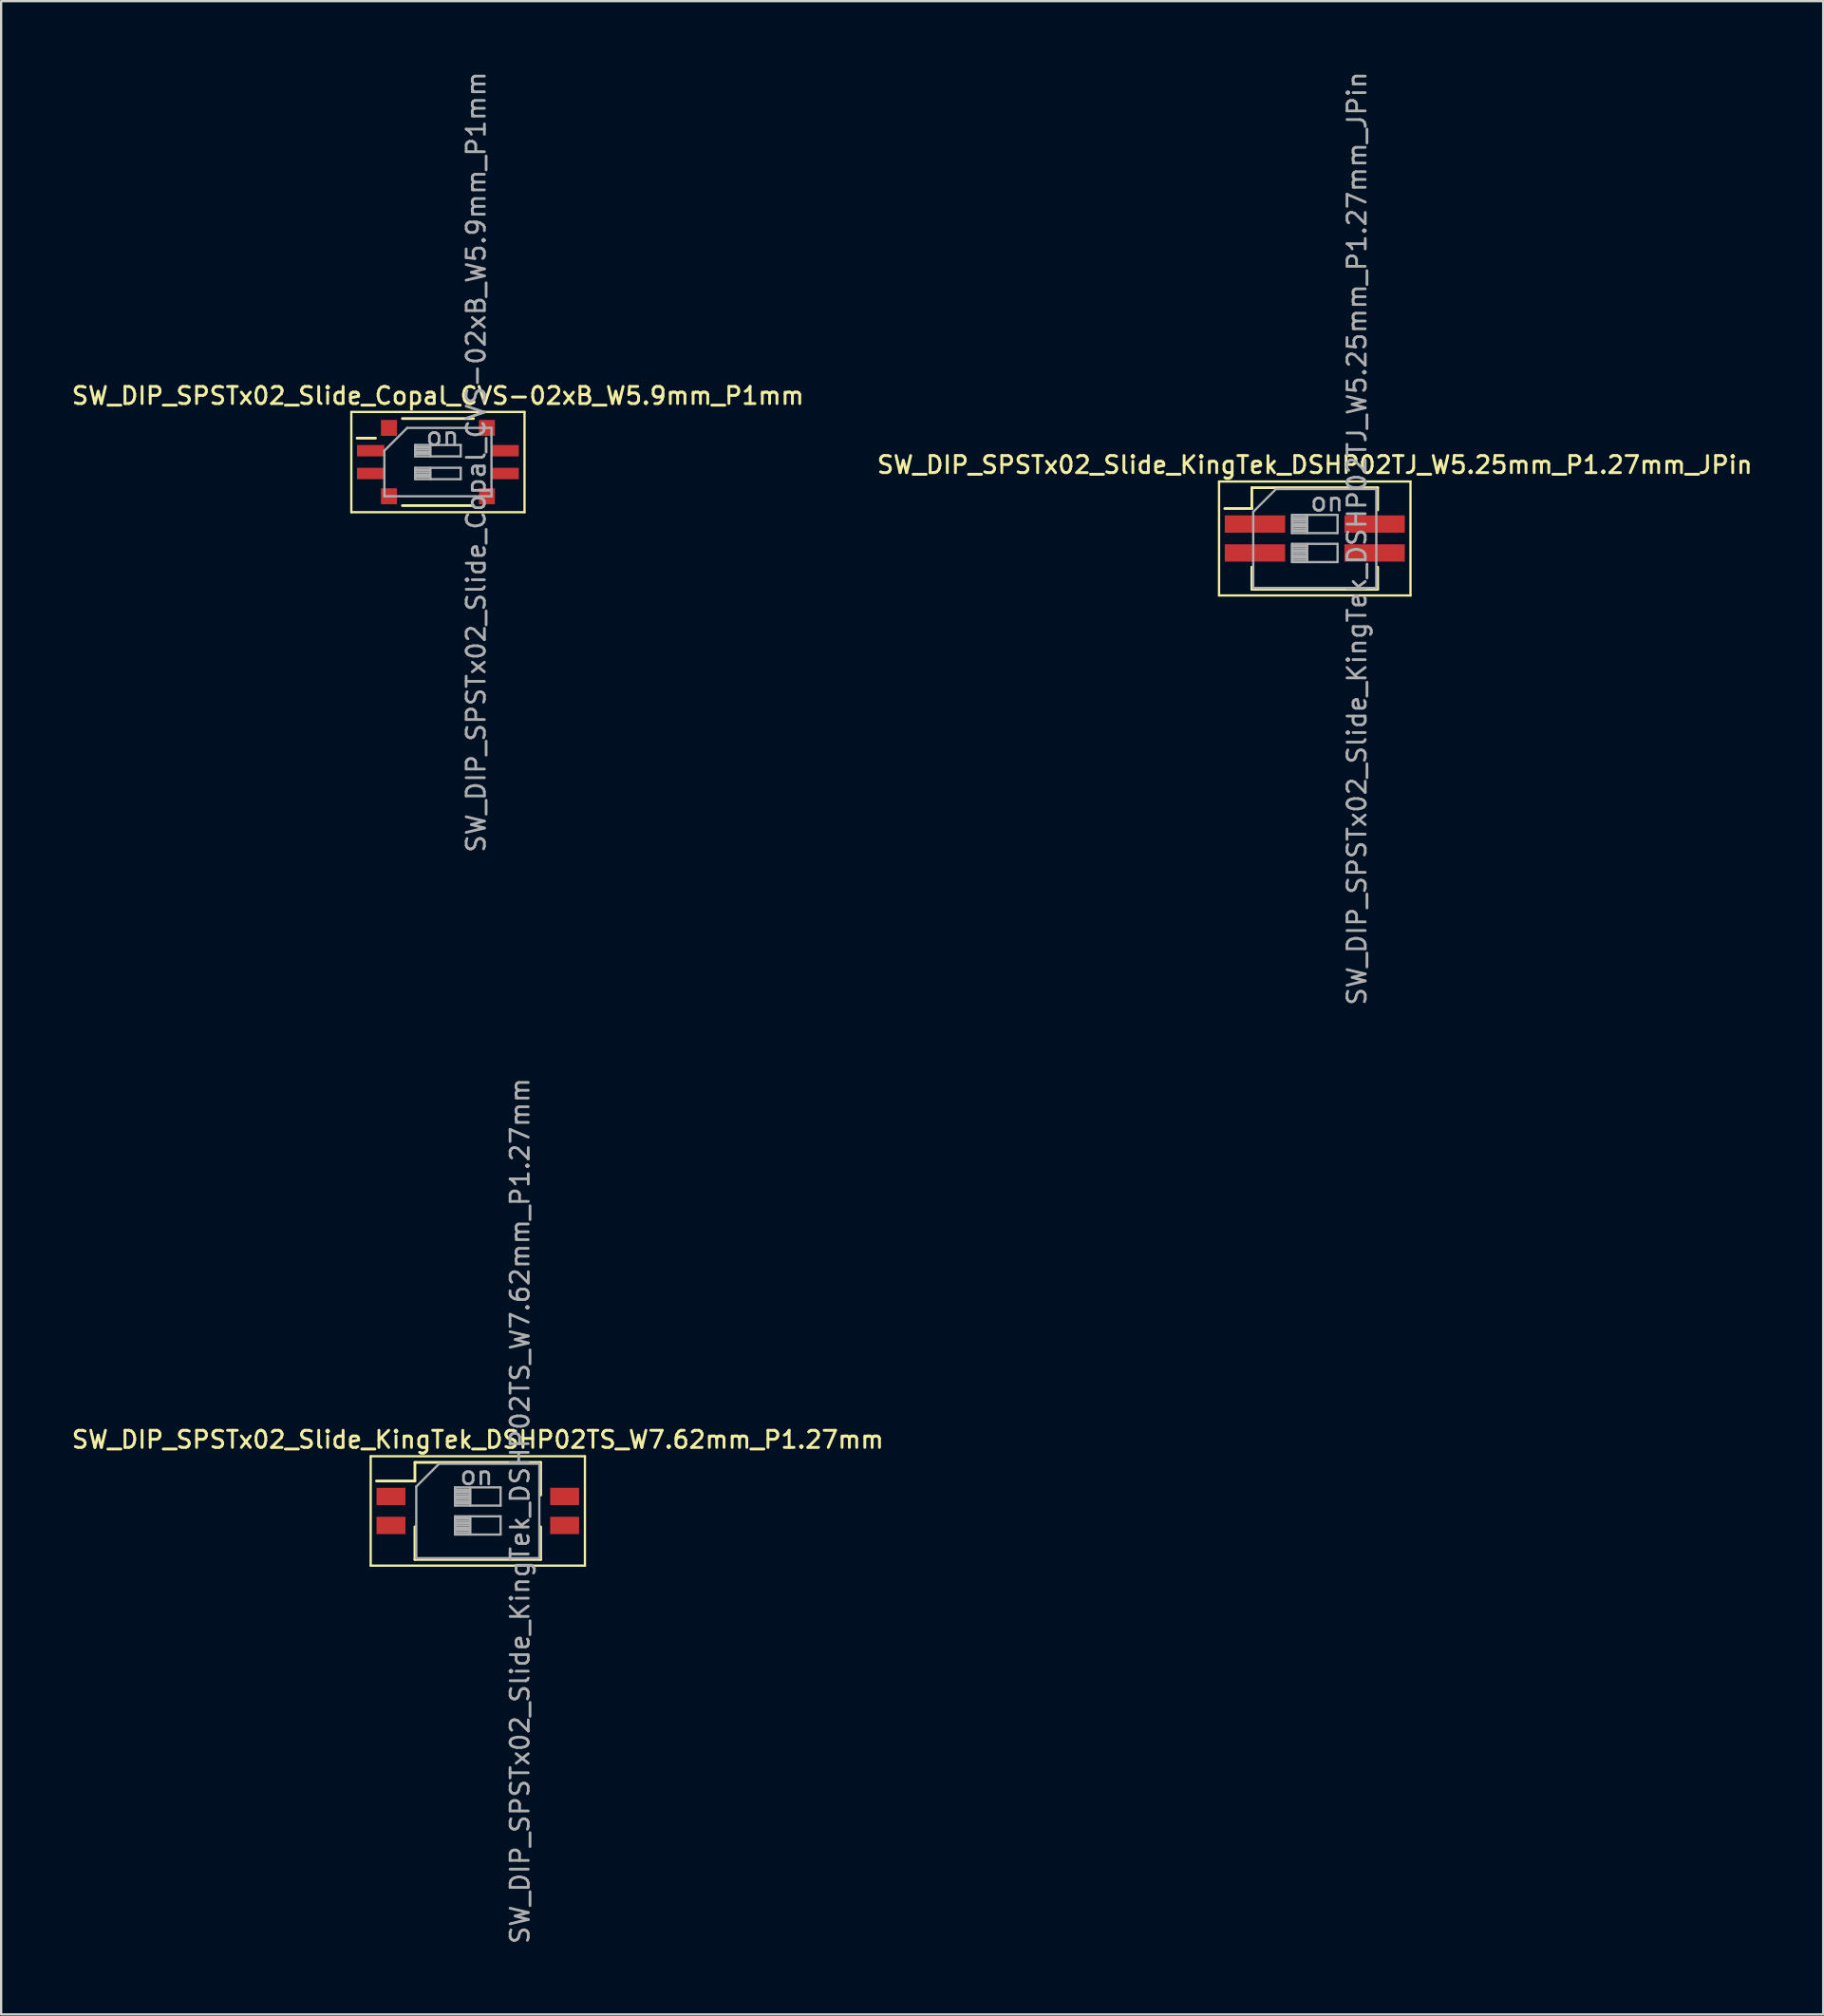
<source format=kicad_pcb>
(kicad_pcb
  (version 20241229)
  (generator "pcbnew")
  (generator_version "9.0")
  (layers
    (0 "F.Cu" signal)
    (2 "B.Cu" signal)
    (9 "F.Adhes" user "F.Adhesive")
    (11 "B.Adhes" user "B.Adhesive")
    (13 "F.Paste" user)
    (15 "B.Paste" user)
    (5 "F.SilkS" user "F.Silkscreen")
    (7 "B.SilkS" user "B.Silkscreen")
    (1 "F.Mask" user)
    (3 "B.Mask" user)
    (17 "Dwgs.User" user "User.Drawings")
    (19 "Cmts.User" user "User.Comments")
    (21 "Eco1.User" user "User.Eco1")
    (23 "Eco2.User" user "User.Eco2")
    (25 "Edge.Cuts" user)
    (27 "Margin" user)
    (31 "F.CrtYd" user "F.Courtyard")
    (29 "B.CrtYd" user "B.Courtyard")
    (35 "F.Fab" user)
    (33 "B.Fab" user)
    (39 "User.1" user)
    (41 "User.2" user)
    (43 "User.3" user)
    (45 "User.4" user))
  (footprint "SW_DIP_SPSTx02_Slide_Copal_CVS-02xB_W5.9mm_P1mm"
    (layer "F.Cu")
    (at 16.166 17.224)
    (property "Reference" "SW_DIP_SPSTx02_Slide_Copal_CVS-02xB_W5.9mm_P1mm" (at 0 -2.91 0) (layer "F.SilkS") (effects (font (size 0.75 0.75) (thickness 0.125))))
    (attr smd)
    (fp_line (start -3.8 -2.2) (end -3.8 2.2) (stroke (width 0.1) (type solid)) (layer "F.SilkS"))
    (fp_line (start -3.8 2.2) (end 3.8 2.2) (stroke (width 0.1) (type solid)) (layer "F.SilkS"))
    (fp_line (start -3.55 -1.05) (end -2.739 -1.05) (stroke (width 0.12) (type solid)) (layer "F.SilkS"))
    (fp_line (start -1.56 -1.91) (end 1.561 -1.91) (stroke (width 0.12) (type solid)) (layer "F.SilkS"))
    (fp_line (start -1.56 1.91) (end 1.561 1.91) (stroke (width 0.12) (type solid)) (layer "F.SilkS"))
    (fp_line (start 3.8 -2.2) (end -3.8 -2.2) (stroke (width 0.1) (type solid)) (layer "F.SilkS"))
    (fp_line (start 3.8 2.2) (end 3.8 -2.2) (stroke (width 0.1) (type solid)) (layer "F.SilkS"))
    (fp_line (start -2.35 -0.5) (end -1.35 -1.5) (stroke (width 0.1) (type solid)) (layer "F.Fab"))
    (fp_line (start -2.35 1.5) (end -2.35 -0.5) (stroke (width 0.1) (type solid)) (layer "F.Fab"))
    (fp_line (start -1.35 -1.5) (end 2.35 -1.5) (stroke (width 0.1) (type solid)) (layer "F.Fab"))
    (fp_line (start -1 -0.75) (end -1 -0.25) (stroke (width 0.1) (type solid)) (layer "F.Fab"))
    (fp_line (start -1 -0.65) (end -0.333 -0.65) (stroke (width 0.1) (type solid)) (layer "F.Fab"))
    (fp_line (start -1 -0.55) (end -0.333 -0.55) (stroke (width 0.1) (type solid)) (layer "F.Fab"))
    (fp_line (start -1 -0.45) (end -0.333 -0.45) (stroke (width 0.1) (type solid)) (layer "F.Fab"))
    (fp_line (start -1 -0.35) (end -0.333 -0.35) (stroke (width 0.1) (type solid)) (layer "F.Fab"))
    (fp_line (start -1 -0.25) (end 1 -0.25) (stroke (width 0.1) (type solid)) (layer "F.Fab"))
    (fp_line (start -1 0.25) (end -1 0.75) (stroke (width 0.1) (type solid)) (layer "F.Fab"))
    (fp_line (start -1 0.35) (end -0.333 0.35) (stroke (width 0.1) (type solid)) (layer "F.Fab"))
    (fp_line (start -1 0.45) (end -0.333 0.45) (stroke (width 0.1) (type solid)) (layer "F.Fab"))
    (fp_line (start -1 0.55) (end -0.333 0.55) (stroke (width 0.1) (type solid)) (layer "F.Fab"))
    (fp_line (start -1 0.65) (end -0.333 0.65) (stroke (width 0.1) (type solid)) (layer "F.Fab"))
    (fp_line (start -1 0.75) (end 1 0.75) (stroke (width 0.1) (type solid)) (layer "F.Fab"))
    (fp_line (start -0.333 -0.75) (end -0.333 -0.25) (stroke (width 0.1) (type solid)) (layer "F.Fab"))
    (fp_line (start -0.333 0.25) (end -0.333 0.75) (stroke (width 0.1) (type solid)) (layer "F.Fab"))
    (fp_line (start 1 -0.75) (end -1 -0.75) (stroke (width 0.1) (type solid)) (layer "F.Fab"))
    (fp_line (start 1 -0.25) (end 1 -0.75) (stroke (width 0.1) (type solid)) (layer "F.Fab"))
    (fp_line (start 1 0.25) (end -1 0.25) (stroke (width 0.1) (type solid)) (layer "F.Fab"))
    (fp_line (start 1 0.75) (end 1 0.25) (stroke (width 0.1) (type solid)) (layer "F.Fab"))
    (fp_line (start 2.35 -1.5) (end 2.35 1.5) (stroke (width 0.1) (type solid)) (layer "F.Fab"))
    (fp_line (start 2.35 1.5) (end -2.35 1.5) (stroke (width 0.1) (type solid)) (layer "F.Fab"))
    (fp_text user "on" (at 0.2 -1.125 0) (layer "F.Fab") (effects (font (size 0.8 0.8) (thickness 0.12))))
    (fp_text user "${REFERENCE}" (at 1.675 0 90) (layer "F.Fab") (effects (font (size 0.8 0.8) (thickness 0.12))))
    (pad "1" smd rect (at -2.95 -0.5) (size 1.2 0.5) (layers "F.Cu" "F.Mask" "F.Paste"))
    (pad "2" smd rect (at -2.95 0.5) (size 1.2 0.5) (layers "F.Cu" "F.Mask" "F.Paste"))
    (pad "3" smd rect (at 2.95 0.5) (size 1.2 0.5) (layers "F.Cu" "F.Mask" "F.Paste"))
    (pad "4" smd rect (at 2.95 -0.5) (size 1.2 0.5) (layers "F.Cu" "F.Mask" "F.Paste"))
    (pad "5" smd rect (at -2.15 -1.5) (size 0.7 0.7) (layers "F.Cu" "F.Mask" "F.Paste"))
    (pad "5" smd rect (at -2.15 1.5) (size 0.7 0.7) (layers "F.Cu" "F.Mask" "F.Paste"))
    (pad "5" smd rect (at 2.15 -1.5) (size 0.7 0.7) (layers "F.Cu" "F.Mask" "F.Paste"))
    (pad "5" smd rect (at 2.15 1.5) (size 0.7 0.7) (layers "F.Cu" "F.Mask" "F.Paste")))
  (footprint "SW_DIP_SPSTx02_Slide_KingTek_DSHP02TJ_W5.25mm_P1.27mm_JPin"
    (layer "F.Cu")
    (at 54.641 20.576)
    (property "Reference" "SW_DIP_SPSTx02_Slide_KingTek_DSHP02TJ_W5.25mm_P1.27mm_JPin" (at 0 -3.23 0) (layer "F.SilkS") (effects (font (size 0.75 0.75) (thickness 0.125))))
    (attr smd)
    (fp_line (start -4.2 -2.5) (end -4.2 2.5) (stroke (width 0.1) (type solid)) (layer "F.SilkS"))
    (fp_line (start -4.2 2.5) (end 4.2 2.5) (stroke (width 0.1) (type solid)) (layer "F.SilkS"))
    (fp_line (start -3.951 -1.315) (end -2.761 -1.315) (stroke (width 0.12) (type solid)) (layer "F.SilkS"))
    (fp_line (start -2.761 -2.23) (end -2.761 -1.315) (stroke (width 0.12) (type solid)) (layer "F.SilkS"))
    (fp_line (start -2.761 -2.23) (end 2.76 -2.23) (stroke (width 0.12) (type solid)) (layer "F.SilkS"))
    (fp_line (start -2.761 1.255) (end -2.761 2.23) (stroke (width 0.12) (type solid)) (layer "F.SilkS"))
    (fp_line (start -2.761 2.23) (end 2.76 2.23) (stroke (width 0.12) (type solid)) (layer "F.SilkS"))
    (fp_line (start 2.76 -2.23) (end 2.76 -1.255) (stroke (width 0.12) (type solid)) (layer "F.SilkS"))
    (fp_line (start 2.76 1.255) (end 2.76 2.23) (stroke (width 0.12) (type solid)) (layer "F.SilkS"))
    (fp_line (start 4.2 -2.5) (end -4.2 -2.5) (stroke (width 0.1) (type solid)) (layer "F.SilkS"))
    (fp_line (start 4.2 2.5) (end 4.2 -2.5) (stroke (width 0.1) (type solid)) (layer "F.SilkS"))
    (fp_line (start -2.7 -1.17) (end -1.7 -2.17) (stroke (width 0.1) (type solid)) (layer "F.Fab"))
    (fp_line (start -2.7 2.17) (end -2.7 -1.17) (stroke (width 0.1) (type solid)) (layer "F.Fab"))
    (fp_line (start -1.7 -2.17) (end 2.7 -2.17) (stroke (width 0.1) (type solid)) (layer "F.Fab"))
    (fp_line (start -1 -1.035) (end -1 -0.235) (stroke (width 0.1) (type solid)) (layer "F.Fab"))
    (fp_line (start -1 -0.935) (end -0.333 -0.935) (stroke (width 0.1) (type solid)) (layer "F.Fab"))
    (fp_line (start -1 -0.835) (end -0.333 -0.835) (stroke (width 0.1) (type solid)) (layer "F.Fab"))
    (fp_line (start -1 -0.735) (end -0.333 -0.735) (stroke (width 0.1) (type solid)) (layer "F.Fab"))
    (fp_line (start -1 -0.635) (end -0.333 -0.635) (stroke (width 0.1) (type solid)) (layer "F.Fab"))
    (fp_line (start -1 -0.535) (end -0.333 -0.535) (stroke (width 0.1) (type solid)) (layer "F.Fab"))
    (fp_line (start -1 -0.435) (end -0.333 -0.435) (stroke (width 0.1) (type solid)) (layer "F.Fab"))
    (fp_line (start -1 -0.335) (end -0.333 -0.335) (stroke (width 0.1) (type solid)) (layer "F.Fab"))
    (fp_line (start -1 -0.235) (end 1 -0.235) (stroke (width 0.1) (type solid)) (layer "F.Fab"))
    (fp_line (start -1 0.235) (end -1 1.035) (stroke (width 0.1) (type solid)) (layer "F.Fab"))
    (fp_line (start -1 0.335) (end -0.333 0.335) (stroke (width 0.1) (type solid)) (layer "F.Fab"))
    (fp_line (start -1 0.435) (end -0.333 0.435) (stroke (width 0.1) (type solid)) (layer "F.Fab"))
    (fp_line (start -1 0.535) (end -0.333 0.535) (stroke (width 0.1) (type solid)) (layer "F.Fab"))
    (fp_line (start -1 0.635) (end -0.333 0.635) (stroke (width 0.1) (type solid)) (layer "F.Fab"))
    (fp_line (start -1 0.735) (end -0.333 0.735) (stroke (width 0.1) (type solid)) (layer "F.Fab"))
    (fp_line (start -1 0.835) (end -0.333 0.835) (stroke (width 0.1) (type solid)) (layer "F.Fab"))
    (fp_line (start -1 0.935) (end -0.333 0.935) (stroke (width 0.1) (type solid)) (layer "F.Fab"))
    (fp_line (start -1 1.035) (end 1 1.035) (stroke (width 0.1) (type solid)) (layer "F.Fab"))
    (fp_line (start -0.333 -1.035) (end -0.333 -0.235) (stroke (width 0.1) (type solid)) (layer "F.Fab"))
    (fp_line (start -0.333 0.235) (end -0.333 1.035) (stroke (width 0.1) (type solid)) (layer "F.Fab"))
    (fp_line (start 1 -1.035) (end -1 -1.035) (stroke (width 0.1) (type solid)) (layer "F.Fab"))
    (fp_line (start 1 -0.235) (end 1 -1.035) (stroke (width 0.1) (type solid)) (layer "F.Fab"))
    (fp_line (start 1 0.235) (end -1 0.235) (stroke (width 0.1) (type solid)) (layer "F.Fab"))
    (fp_line (start 1 1.035) (end 1 0.235) (stroke (width 0.1) (type solid)) (layer "F.Fab"))
    (fp_line (start 2.7 -2.17) (end 2.7 2.17) (stroke (width 0.1) (type solid)) (layer "F.Fab"))
    (fp_line (start 2.7 2.17) (end -2.7 2.17) (stroke (width 0.1) (type solid)) (layer "F.Fab"))
    (fp_text user "${REFERENCE}" (at 1.85 0 90) (layer "F.Fab") (effects (font (size 0.8 0.8) (thickness 0.12))))
    (fp_text user "on" (at 0.537 -1.603 0) (layer "F.Fab") (effects (font (size 0.8 0.8) (thickness 0.12))))
    (pad "1" smd rect (at -2.625 -0.635) (size 2.65 0.76) (layers "F.Cu" "F.Mask" "F.Paste"))
    (pad "2" smd rect (at -2.625 0.635) (size 2.65 0.76) (layers "F.Cu" "F.Mask" "F.Paste"))
    (pad "3" smd rect (at 2.625 0.635) (size 2.65 0.76) (layers "F.Cu" "F.Mask" "F.Paste"))
    (pad "4" smd rect (at 2.625 -0.635) (size 2.65 0.76) (layers "F.Cu" "F.Mask" "F.Paste")))
  (footprint "SW_DIP_SPSTx02_Slide_KingTek_DSHP02TS_W7.62mm_P1.27mm"
    (layer "F.Cu")
    (at 17.916 63.243)
    (property "Reference" "SW_DIP_SPSTx02_Slide_KingTek_DSHP02TS_W7.62mm_P1.27mm" (at 0 -3.13 0) (layer "F.SilkS") (effects (font (size 0.75 0.75) (thickness 0.125))))
    (attr smd)
    (fp_line (start -4.7 -2.4) (end -4.7 2.4) (stroke (width 0.1) (type solid)) (layer "F.SilkS"))
    (fp_line (start -4.7 2.4) (end 4.7 2.4) (stroke (width 0.1) (type solid)) (layer "F.SilkS"))
    (fp_line (start -4.446 -1.315) (end -2.76 -1.315) (stroke (width 0.12) (type solid)) (layer "F.SilkS"))
    (fp_line (start -2.76 -2.131) (end -2.76 -1.315) (stroke (width 0.12) (type solid)) (layer "F.SilkS"))
    (fp_line (start -2.76 -2.131) (end 2.76 -2.131) (stroke (width 0.12) (type solid)) (layer "F.SilkS"))
    (fp_line (start -2.76 0.695) (end -2.76 2.13) (stroke (width 0.12) (type solid)) (layer "F.SilkS"))
    (fp_line (start -2.76 2.13) (end 2.76 2.13) (stroke (width 0.12) (type solid)) (layer "F.SilkS"))
    (fp_line (start 2.76 -2.131) (end 2.76 -0.696) (stroke (width 0.12) (type solid)) (layer "F.SilkS"))
    (fp_line (start 2.76 0.695) (end 2.76 2.13) (stroke (width 0.12) (type solid)) (layer "F.SilkS"))
    (fp_line (start 4.7 -2.4) (end -4.7 -2.4) (stroke (width 0.1) (type solid)) (layer "F.SilkS"))
    (fp_line (start 4.7 2.4) (end 4.7 -2.4) (stroke (width 0.1) (type solid)) (layer "F.SilkS"))
    (fp_line (start -2.7 -1.07) (end -1.7 -2.07) (stroke (width 0.1) (type solid)) (layer "F.Fab"))
    (fp_line (start -2.7 2.07) (end -2.7 -1.07) (stroke (width 0.1) (type solid)) (layer "F.Fab"))
    (fp_line (start -1.7 -2.07) (end 2.7 -2.07) (stroke (width 0.1) (type solid)) (layer "F.Fab"))
    (fp_line (start -1 -1.035) (end -1 -0.235) (stroke (width 0.1) (type solid)) (layer "F.Fab"))
    (fp_line (start -1 -0.935) (end -0.333 -0.935) (stroke (width 0.1) (type solid)) (layer "F.Fab"))
    (fp_line (start -1 -0.835) (end -0.333 -0.835) (stroke (width 0.1) (type solid)) (layer "F.Fab"))
    (fp_line (start -1 -0.735) (end -0.333 -0.735) (stroke (width 0.1) (type solid)) (layer "F.Fab"))
    (fp_line (start -1 -0.635) (end -0.333 -0.635) (stroke (width 0.1) (type solid)) (layer "F.Fab"))
    (fp_line (start -1 -0.535) (end -0.333 -0.535) (stroke (width 0.1) (type solid)) (layer "F.Fab"))
    (fp_line (start -1 -0.435) (end -0.333 -0.435) (stroke (width 0.1) (type solid)) (layer "F.Fab"))
    (fp_line (start -1 -0.335) (end -0.333 -0.335) (stroke (width 0.1) (type solid)) (layer "F.Fab"))
    (fp_line (start -1 -0.235) (end 1 -0.235) (stroke (width 0.1) (type solid)) (layer "F.Fab"))
    (fp_line (start -1 0.235) (end -1 1.035) (stroke (width 0.1) (type solid)) (layer "F.Fab"))
    (fp_line (start -1 0.335) (end -0.333 0.335) (stroke (width 0.1) (type solid)) (layer "F.Fab"))
    (fp_line (start -1 0.435) (end -0.333 0.435) (stroke (width 0.1) (type solid)) (layer "F.Fab"))
    (fp_line (start -1 0.535) (end -0.333 0.535) (stroke (width 0.1) (type solid)) (layer "F.Fab"))
    (fp_line (start -1 0.635) (end -0.333 0.635) (stroke (width 0.1) (type solid)) (layer "F.Fab"))
    (fp_line (start -1 0.735) (end -0.333 0.735) (stroke (width 0.1) (type solid)) (layer "F.Fab"))
    (fp_line (start -1 0.835) (end -0.333 0.835) (stroke (width 0.1) (type solid)) (layer "F.Fab"))
    (fp_line (start -1 0.935) (end -0.333 0.935) (stroke (width 0.1) (type solid)) (layer "F.Fab"))
    (fp_line (start -1 1.035) (end 1 1.035) (stroke (width 0.1) (type solid)) (layer "F.Fab"))
    (fp_line (start -0.333 -1.035) (end -0.333 -0.235) (stroke (width 0.1) (type solid)) (layer "F.Fab"))
    (fp_line (start -0.333 0.235) (end -0.333 1.035) (stroke (width 0.1) (type solid)) (layer "F.Fab"))
    (fp_line (start 1 -1.035) (end -1 -1.035) (stroke (width 0.1) (type solid)) (layer "F.Fab"))
    (fp_line (start 1 -0.235) (end 1 -1.035) (stroke (width 0.1) (type solid)) (layer "F.Fab"))
    (fp_line (start 1 0.235) (end -1 0.235) (stroke (width 0.1) (type solid)) (layer "F.Fab"))
    (fp_line (start 1 1.035) (end 1 0.235) (stroke (width 0.1) (type solid)) (layer "F.Fab"))
    (fp_line (start 2.7 -2.07) (end 2.7 2.07) (stroke (width 0.1) (type solid)) (layer "F.Fab"))
    (fp_line (start 2.7 2.07) (end -2.7 2.07) (stroke (width 0.1) (type solid)) (layer "F.Fab"))
    (fp_text user "on" (at -0.055 -1.552 0) (layer "F.Fab") (effects (font (size 0.8 0.8) (thickness 0.12))))
    (fp_text user "${REFERENCE}" (at 1.85 0 90) (layer "F.Fab") (effects (font (size 0.8 0.8) (thickness 0.12))))
    (pad "1" smd rect (at -3.81 -0.635) (size 1.27 0.76) (layers "F.Cu" "F.Mask" "F.Paste"))
    (pad "2" smd rect (at -3.81 0.635) (size 1.27 0.76) (layers "F.Cu" "F.Mask" "F.Paste"))
    (pad "3" smd rect (at 3.81 0.635) (size 1.27 0.76) (layers "F.Cu" "F.Mask" "F.Paste"))
    (pad "4" smd rect (at 3.81 -0.635) (size 1.27 0.76) (layers "F.Cu" "F.Mask" "F.Paste")))
  (gr_rect
    (start -3 -3)
    (end 76.95 85.333)
    (stroke (width 0.1) (type default))
    (fill no)
    (layer "Edge.Cuts")))
</source>
